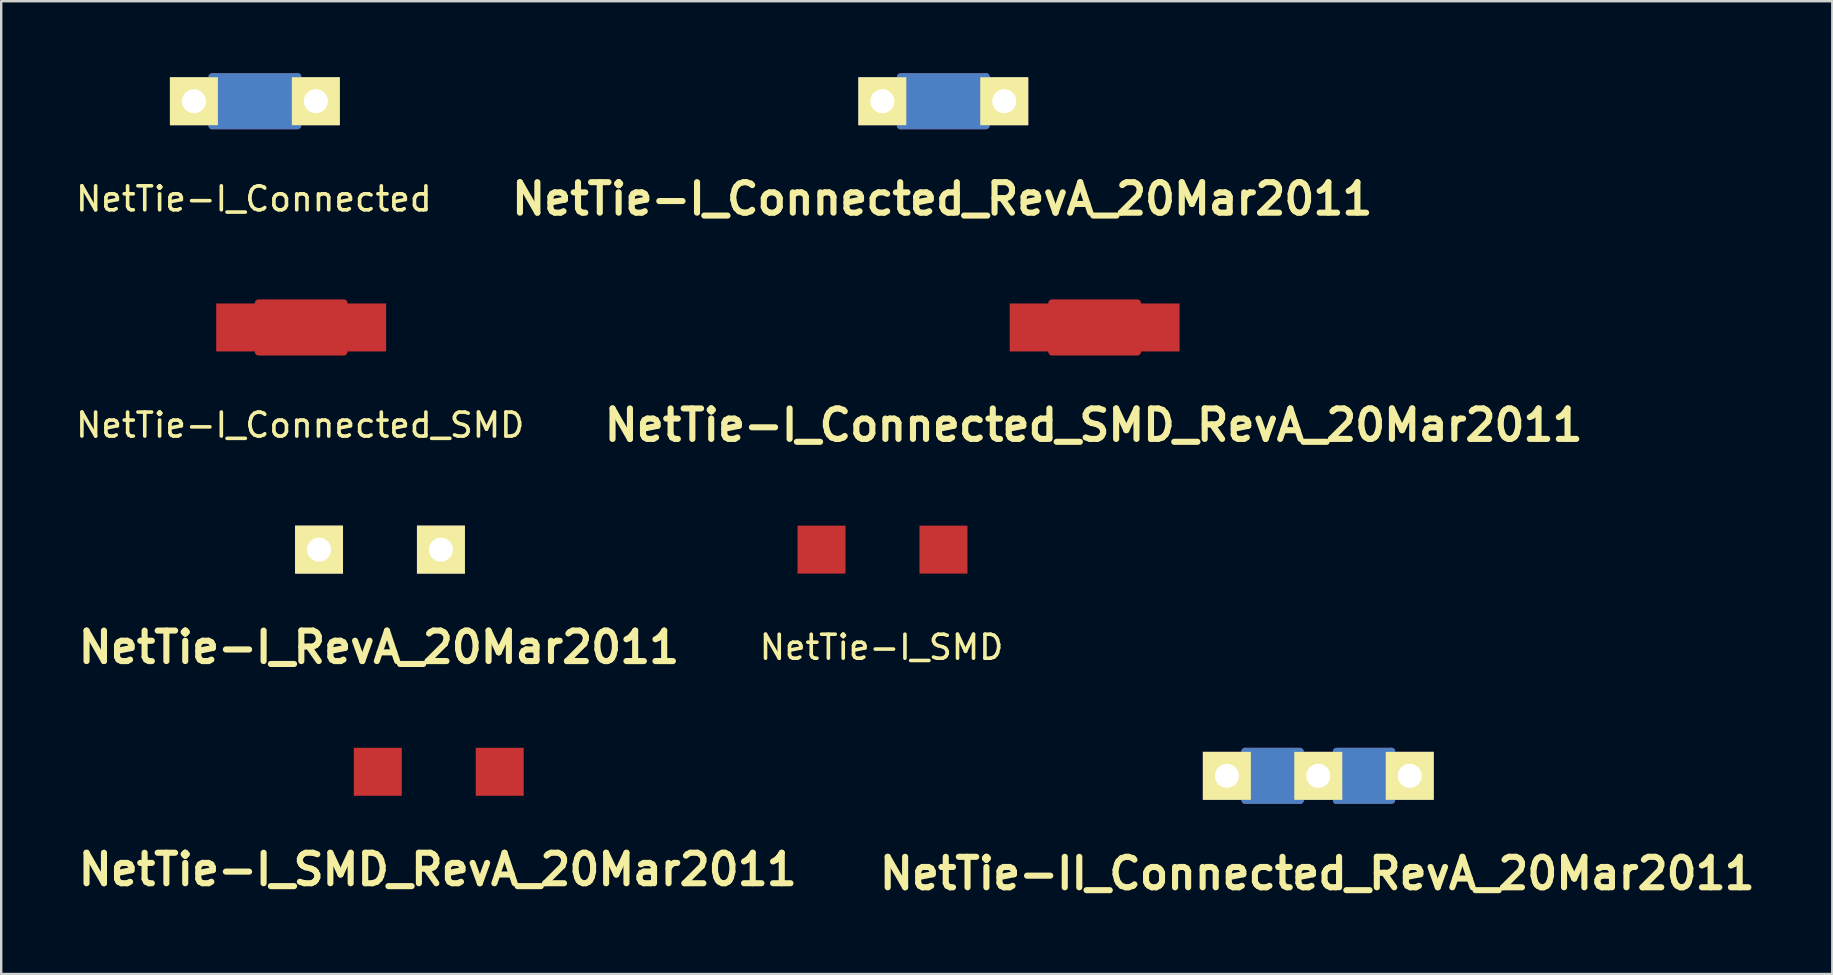
<source format=kicad_pcb>
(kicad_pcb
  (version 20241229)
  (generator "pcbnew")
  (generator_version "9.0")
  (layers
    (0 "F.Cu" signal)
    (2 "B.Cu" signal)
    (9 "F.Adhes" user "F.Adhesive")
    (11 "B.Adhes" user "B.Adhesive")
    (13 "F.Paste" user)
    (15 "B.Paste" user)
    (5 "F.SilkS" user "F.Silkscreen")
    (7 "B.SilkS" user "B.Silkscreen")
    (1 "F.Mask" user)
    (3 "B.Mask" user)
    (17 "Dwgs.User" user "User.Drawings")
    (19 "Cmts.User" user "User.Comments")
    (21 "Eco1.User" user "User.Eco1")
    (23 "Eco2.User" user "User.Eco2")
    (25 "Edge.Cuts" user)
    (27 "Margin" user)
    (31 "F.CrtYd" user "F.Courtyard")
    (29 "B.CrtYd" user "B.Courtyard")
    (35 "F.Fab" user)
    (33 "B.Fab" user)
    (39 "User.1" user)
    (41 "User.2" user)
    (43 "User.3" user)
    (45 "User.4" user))
  (footprint "NetTie-I_Connected_RevA_20Mar2011"
    (layer "F.Cu")
    (at 36.255 1.168)
    (property "Reference" "NetTie-I_Connected_RevA_20Mar2011" (at -0.041 4.069 0) (layer "F.SilkS") (effects (font (size 1.27 1.27) (thickness 0.254))))
    (attr through_hole)
    (fp_line (start -1.778 -0.762) (end 1.778 -0.762) (stroke (width 0.305) (type solid)) (layer "F.Cu"))
    (fp_line (start -1.778 -0.254) (end 1.778 -0.254) (stroke (width 0.305) (type solid)) (layer "F.Cu"))
    (fp_line (start -1.778 0.254) (end 1.778 0.254) (stroke (width 0.305) (type solid)) (layer "F.Cu"))
    (fp_line (start -1.778 0.762) (end 1.778 0.762) (stroke (width 0.305) (type solid)) (layer "F.Cu"))
    (fp_line (start 1.778 -1.016) (end -1.778 -1.016) (stroke (width 0.305) (type solid)) (layer "F.Cu"))
    (fp_line (start 1.778 -0.508) (end -1.778 -0.508) (stroke (width 0.305) (type solid)) (layer "F.Cu"))
    (fp_line (start 1.778 0) (end -1.778 0) (stroke (width 0.305) (type solid)) (layer "F.Cu"))
    (fp_line (start 1.778 0.508) (end -1.778 0.508) (stroke (width 0.305) (type solid)) (layer "F.Cu"))
    (fp_line (start 1.778 1.016) (end -1.778 1.016) (stroke (width 0.305) (type solid)) (layer "F.Cu"))
    (fp_line (start -1.778 -0.762) (end 1.778 -0.762) (stroke (width 0.305) (type solid)) (layer "B.Cu"))
    (fp_line (start -1.778 -0.508) (end -1.778 -0.762) (stroke (width 0.305) (type solid)) (layer "B.Cu"))
    (fp_line (start -1.778 -0.254) (end 1.778 -0.254) (stroke (width 0.305) (type solid)) (layer "B.Cu"))
    (fp_line (start -1.778 0) (end -1.778 -0.254) (stroke (width 0.305) (type solid)) (layer "B.Cu"))
    (fp_line (start -1.778 0.254) (end 1.778 0.254) (stroke (width 0.305) (type solid)) (layer "B.Cu"))
    (fp_line (start -1.778 0.508) (end -1.778 0.254) (stroke (width 0.305) (type solid)) (layer "B.Cu"))
    (fp_line (start -1.778 0.762) (end 1.778 0.762) (stroke (width 0.305) (type solid)) (layer "B.Cu"))
    (fp_line (start -1.778 1.016) (end -1.778 0.762) (stroke (width 0.305) (type solid)) (layer "B.Cu"))
    (fp_line (start 1.778 -1.016) (end -1.778 -1.016) (stroke (width 0.305) (type solid)) (layer "B.Cu"))
    (fp_line (start 1.778 -0.762) (end 1.778 -1.016) (stroke (width 0.305) (type solid)) (layer "B.Cu"))
    (fp_line (start 1.778 -0.508) (end -1.778 -0.508) (stroke (width 0.305) (type solid)) (layer "B.Cu"))
    (fp_line (start 1.778 -0.254) (end 1.778 -0.508) (stroke (width 0.305) (type solid)) (layer "B.Cu"))
    (fp_line (start 1.778 0) (end -1.778 0) (stroke (width 0.305) (type solid)) (layer "B.Cu"))
    (fp_line (start 1.778 0.254) (end 1.778 0) (stroke (width 0.305) (type solid)) (layer "B.Cu"))
    (fp_line (start 1.778 0.508) (end -1.778 0.508) (stroke (width 0.305) (type solid)) (layer "B.Cu"))
    (fp_line (start 1.778 0.762) (end 1.778 0.508) (stroke (width 0.305) (type solid)) (layer "B.Cu"))
    (fp_line (start 1.778 1.016) (end -1.778 1.016) (stroke (width 0.305) (type solid)) (layer "B.Cu"))
    (pad "1" thru_hole rect (at -2.54 0) (size 1.999 1.999) (drill 1.001) (layers "*.Cu" "*.Mask" "F.SilkS"))
    (pad "2" thru_hole rect (at 2.54 0) (size 1.999 1.999) (drill 1.001) (layers "*.Cu" "*.Mask" "F.SilkS")))
  (footprint "NetTie-I_Connected_SMD_RevA_20Mar2011"
    (layer "F.Cu")
    (at 42.562 10.595)
    (property "Reference" "NetTie-I_Connected_SMD_RevA_20Mar2011" (at -0.041 4.069 0) (layer "F.SilkS") (effects (font (size 1.27 1.27) (thickness 0.254))))
    (attr through_hole)
    (fp_line (start -1.778 -0.762) (end 1.778 -0.762) (stroke (width 0.305) (type solid)) (layer "F.Cu"))
    (fp_line (start -1.778 -0.254) (end 1.778 -0.254) (stroke (width 0.305) (type solid)) (layer "F.Cu"))
    (fp_line (start -1.778 0.254) (end 1.778 0.254) (stroke (width 0.305) (type solid)) (layer "F.Cu"))
    (fp_line (start -1.778 0.762) (end 1.778 0.762) (stroke (width 0.305) (type solid)) (layer "F.Cu"))
    (fp_line (start 1.778 -1.016) (end -1.778 -1.016) (stroke (width 0.305) (type solid)) (layer "F.Cu"))
    (fp_line (start 1.778 -0.508) (end -1.778 -0.508) (stroke (width 0.305) (type solid)) (layer "F.Cu"))
    (fp_line (start 1.778 0) (end -1.778 0) (stroke (width 0.305) (type solid)) (layer "F.Cu"))
    (fp_line (start 1.778 0.508) (end -1.778 0.508) (stroke (width 0.305) (type solid)) (layer "F.Cu"))
    (fp_line (start 1.778 1.016) (end -1.778 1.016) (stroke (width 0.305) (type solid)) (layer "F.Cu"))
    (pad "1" smd rect (at -2.54 0) (size 1.999 1.999) (layers "F.Cu" "F.Mask" "F.Paste"))
    (pad "2" smd rect (at 2.54 0) (size 1.999 1.999) (layers "F.Cu" "F.Mask" "F.Paste")))
  (footprint "NetTie-I_Connected"
    (layer "F.Cu")
    (at 7.57 1.168)
    (property "Reference" "NetTie-I_Connected" (at -0.041 4.069 0) (layer "F.SilkS") (effects (font (size 1 1) (thickness 0.15))))
    (attr through_hole)
    (fp_line (start -1.778 -0.762) (end 1.778 -0.762) (stroke (width 0.305) (type solid)) (layer "F.Cu"))
    (fp_line (start -1.778 -0.254) (end 1.778 -0.254) (stroke (width 0.305) (type solid)) (layer "F.Cu"))
    (fp_line (start -1.778 0.254) (end 1.778 0.254) (stroke (width 0.305) (type solid)) (layer "F.Cu"))
    (fp_line (start -1.778 0.762) (end 1.778 0.762) (stroke (width 0.305) (type solid)) (layer "F.Cu"))
    (fp_line (start 1.778 -1.016) (end -1.778 -1.016) (stroke (width 0.305) (type solid)) (layer "F.Cu"))
    (fp_line (start 1.778 -0.508) (end -1.778 -0.508) (stroke (width 0.305) (type solid)) (layer "F.Cu"))
    (fp_line (start 1.778 0) (end -1.778 0) (stroke (width 0.305) (type solid)) (layer "F.Cu"))
    (fp_line (start 1.778 0.508) (end -1.778 0.508) (stroke (width 0.305) (type solid)) (layer "F.Cu"))
    (fp_line (start 1.778 1.016) (end -1.778 1.016) (stroke (width 0.305) (type solid)) (layer "F.Cu"))
    (fp_line (start -1.778 -0.762) (end 1.778 -0.762) (stroke (width 0.305) (type solid)) (layer "B.Cu"))
    (fp_line (start -1.778 -0.508) (end -1.778 -0.762) (stroke (width 0.305) (type solid)) (layer "B.Cu"))
    (fp_line (start -1.778 -0.254) (end 1.778 -0.254) (stroke (width 0.305) (type solid)) (layer "B.Cu"))
    (fp_line (start -1.778 0) (end -1.778 -0.254) (stroke (width 0.305) (type solid)) (layer "B.Cu"))
    (fp_line (start -1.778 0.254) (end 1.778 0.254) (stroke (width 0.305) (type solid)) (layer "B.Cu"))
    (fp_line (start -1.778 0.508) (end -1.778 0.254) (stroke (width 0.305) (type solid)) (layer "B.Cu"))
    (fp_line (start -1.778 0.762) (end 1.778 0.762) (stroke (width 0.305) (type solid)) (layer "B.Cu"))
    (fp_line (start -1.778 1.016) (end -1.778 0.762) (stroke (width 0.305) (type solid)) (layer "B.Cu"))
    (fp_line (start 1.778 -1.016) (end -1.778 -1.016) (stroke (width 0.305) (type solid)) (layer "B.Cu"))
    (fp_line (start 1.778 -0.762) (end 1.778 -1.016) (stroke (width 0.305) (type solid)) (layer "B.Cu"))
    (fp_line (start 1.778 -0.508) (end -1.778 -0.508) (stroke (width 0.305) (type solid)) (layer "B.Cu"))
    (fp_line (start 1.778 -0.254) (end 1.778 -0.508) (stroke (width 0.305) (type solid)) (layer "B.Cu"))
    (fp_line (start 1.778 0) (end -1.778 0) (stroke (width 0.305) (type solid)) (layer "B.Cu"))
    (fp_line (start 1.778 0.254) (end 1.778 0) (stroke (width 0.305) (type solid)) (layer "B.Cu"))
    (fp_line (start 1.778 0.508) (end -1.778 0.508) (stroke (width 0.305) (type solid)) (layer "B.Cu"))
    (fp_line (start 1.778 0.762) (end 1.778 0.508) (stroke (width 0.305) (type solid)) (layer "B.Cu"))
    (fp_line (start 1.778 1.016) (end -1.778 1.016) (stroke (width 0.305) (type solid)) (layer "B.Cu"))
    (pad "1" thru_hole rect (at -2.54 0) (size 1.999 1.999) (drill 1.001) (layers "*.Cu" "*.Mask" "F.SilkS"))
    (pad "2" thru_hole rect (at 2.54 0) (size 1.999 1.999) (drill 1.001) (layers "*.Cu" "*.Mask" "F.SilkS")))
  (footprint "NetTie-II_Connected_RevA_20Mar2011"
    (layer "F.Cu")
    (at 51.881 29.278)
    (property "Reference" "NetTie-II_Connected_RevA_20Mar2011" (at -0.041 4.069 0) (layer "F.SilkS") (effects (font (size 1.27 1.27) (thickness 0.254))))
    (attr through_hole)
    (fp_line (start -3.048 -1.016) (end -0.762 -1.016) (stroke (width 0.305) (type solid)) (layer "F.Cu"))
    (fp_line (start -3.048 -0.762) (end -3.048 -1.016) (stroke (width 0.305) (type solid)) (layer "F.Cu"))
    (fp_line (start -3.048 -0.508) (end -0.762 -0.508) (stroke (width 0.305) (type solid)) (layer "F.Cu"))
    (fp_line (start -3.048 -0.254) (end -3.048 -0.508) (stroke (width 0.305) (type solid)) (layer "F.Cu"))
    (fp_line (start -3.048 0) (end -0.762 0) (stroke (width 0.305) (type solid)) (layer "F.Cu"))
    (fp_line (start -3.048 0.254) (end -3.048 0) (stroke (width 0.305) (type solid)) (layer "F.Cu"))
    (fp_line (start -3.048 0.508) (end -0.762 0.508) (stroke (width 0.305) (type solid)) (layer "F.Cu"))
    (fp_line (start -3.048 0.762) (end -3.048 0.508) (stroke (width 0.305) (type solid)) (layer "F.Cu"))
    (fp_line (start -3.048 1.016) (end -0.762 1.016) (stroke (width 0.305) (type solid)) (layer "F.Cu"))
    (fp_line (start -0.762 -0.762) (end -3.048 -0.762) (stroke (width 0.305) (type solid)) (layer "F.Cu"))
    (fp_line (start -0.762 -0.508) (end -0.762 -0.762) (stroke (width 0.305) (type solid)) (layer "F.Cu"))
    (fp_line (start -0.762 -0.254) (end -3.048 -0.254) (stroke (width 0.305) (type solid)) (layer "F.Cu"))
    (fp_line (start -0.762 0) (end -0.762 -0.254) (stroke (width 0.305) (type solid)) (layer "F.Cu"))
    (fp_line (start -0.762 0.254) (end -3.048 0.254) (stroke (width 0.305) (type solid)) (layer "F.Cu"))
    (fp_line (start -0.762 0.508) (end -0.762 0.254) (stroke (width 0.305) (type solid)) (layer "F.Cu"))
    (fp_line (start -0.762 0.762) (end -3.048 0.762) (stroke (width 0.305) (type solid)) (layer "F.Cu"))
    (fp_line (start -0.762 1.016) (end -0.762 0.762) (stroke (width 0.305) (type solid)) (layer "F.Cu"))
    (fp_line (start 0.762 -1.016) (end 3.048 -1.016) (stroke (width 0.305) (type solid)) (layer "F.Cu"))
    (fp_line (start 0.762 -0.762) (end 0.762 -0.508) (stroke (width 0.305) (type solid)) (layer "F.Cu"))
    (fp_line (start 0.762 -0.508) (end 3.048 -0.508) (stroke (width 0.305) (type solid)) (layer "F.Cu"))
    (fp_line (start 0.762 -0.254) (end 0.762 0) (stroke (width 0.305) (type solid)) (layer "F.Cu"))
    (fp_line (start 0.762 0) (end 3.048 0) (stroke (width 0.305) (type solid)) (layer "F.Cu"))
    (fp_line (start 0.762 0.254) (end 0.762 0.508) (stroke (width 0.305) (type solid)) (layer "F.Cu"))
    (fp_line (start 0.762 0.508) (end 3.048 0.508) (stroke (width 0.305) (type solid)) (layer "F.Cu"))
    (fp_line (start 0.762 0.762) (end 0.762 1.016) (stroke (width 0.305) (type solid)) (layer "F.Cu"))
    (fp_line (start 0.762 1.016) (end 3.048 1.016) (stroke (width 0.305) (type solid)) (layer "F.Cu"))
    (fp_line (start 3.048 -1.016) (end 3.048 -0.762) (stroke (width 0.305) (type solid)) (layer "F.Cu"))
    (fp_line (start 3.048 -0.762) (end 0.762 -0.762) (stroke (width 0.305) (type solid)) (layer "F.Cu"))
    (fp_line (start 3.048 -0.508) (end 3.048 -0.254) (stroke (width 0.305) (type solid)) (layer "F.Cu"))
    (fp_line (start 3.048 -0.254) (end 0.762 -0.254) (stroke (width 0.305) (type solid)) (layer "F.Cu"))
    (fp_line (start 3.048 0) (end 3.048 0.254) (stroke (width 0.305) (type solid)) (layer "F.Cu"))
    (fp_line (start 3.048 0.254) (end 0.762 0.254) (stroke (width 0.305) (type solid)) (layer "F.Cu"))
    (fp_line (start 3.048 0.508) (end 3.048 0.762) (stroke (width 0.305) (type solid)) (layer "F.Cu"))
    (fp_line (start 3.048 0.762) (end 0.762 0.762) (stroke (width 0.305) (type solid)) (layer "F.Cu"))
    (fp_line (start -3.048 -1.016) (end -0.762 -1.016) (stroke (width 0.305) (type solid)) (layer "B.Cu"))
    (fp_line (start -3.048 -0.762) (end -3.048 -1.016) (stroke (width 0.305) (type solid)) (layer "B.Cu"))
    (fp_line (start -3.048 -0.508) (end -0.762 -0.508) (stroke (width 0.305) (type solid)) (layer "B.Cu"))
    (fp_line (start -3.048 -0.254) (end -3.048 -0.508) (stroke (width 0.305) (type solid)) (layer "B.Cu"))
    (fp_line (start -3.048 0) (end -0.762 0) (stroke (width 0.305) (type solid)) (layer "B.Cu"))
    (fp_line (start -3.048 0.254) (end -3.048 0) (stroke (width 0.305) (type solid)) (layer "B.Cu"))
    (fp_line (start -3.048 0.508) (end -0.762 0.508) (stroke (width 0.305) (type solid)) (layer "B.Cu"))
    (fp_line (start -3.048 0.762) (end -3.048 0.508) (stroke (width 0.305) (type solid)) (layer "B.Cu"))
    (fp_line (start -3.048 1.016) (end -0.762 1.016) (stroke (width 0.305) (type solid)) (layer "B.Cu"))
    (fp_line (start -0.762 -0.762) (end -3.048 -0.762) (stroke (width 0.305) (type solid)) (layer "B.Cu"))
    (fp_line (start -0.762 -0.508) (end -0.762 -0.762) (stroke (width 0.305) (type solid)) (layer "B.Cu"))
    (fp_line (start -0.762 -0.254) (end -3.048 -0.254) (stroke (width 0.305) (type solid)) (layer "B.Cu"))
    (fp_line (start -0.762 0) (end -0.762 -0.254) (stroke (width 0.305) (type solid)) (layer "B.Cu"))
    (fp_line (start -0.762 0.254) (end -3.048 0.254) (stroke (width 0.305) (type solid)) (layer "B.Cu"))
    (fp_line (start -0.762 0.508) (end -0.762 0.254) (stroke (width 0.305) (type solid)) (layer "B.Cu"))
    (fp_line (start -0.762 0.762) (end -3.048 0.762) (stroke (width 0.305) (type solid)) (layer "B.Cu"))
    (fp_line (start -0.762 1.016) (end -0.762 0.762) (stroke (width 0.305) (type solid)) (layer "B.Cu"))
    (fp_line (start 0.762 -1.016) (end 3.048 -1.016) (stroke (width 0.305) (type solid)) (layer "B.Cu"))
    (fp_line (start 0.762 -0.762) (end 0.762 -0.508) (stroke (width 0.305) (type solid)) (layer "B.Cu"))
    (fp_line (start 0.762 -0.508) (end 3.048 -0.508) (stroke (width 0.305) (type solid)) (layer "B.Cu"))
    (fp_line (start 0.762 -0.254) (end 0.762 0) (stroke (width 0.305) (type solid)) (layer "B.Cu"))
    (fp_line (start 0.762 0) (end 3.048 0) (stroke (width 0.305) (type solid)) (layer "B.Cu"))
    (fp_line (start 0.762 0.254) (end 0.762 0.508) (stroke (width 0.305) (type solid)) (layer "B.Cu"))
    (fp_line (start 0.762 0.508) (end 3.048 0.508) (stroke (width 0.305) (type solid)) (layer "B.Cu"))
    (fp_line (start 0.762 0.762) (end 0.762 1.016) (stroke (width 0.305) (type solid)) (layer "B.Cu"))
    (fp_line (start 0.762 1.016) (end 3.048 1.016) (stroke (width 0.305) (type solid)) (layer "B.Cu"))
    (fp_line (start 3.048 -1.016) (end 3.048 -0.762) (stroke (width 0.305) (type solid)) (layer "B.Cu"))
    (fp_line (start 3.048 -0.762) (end 0.762 -0.762) (stroke (width 0.305) (type solid)) (layer "B.Cu"))
    (fp_line (start 3.048 -0.508) (end 3.048 -0.254) (stroke (width 0.305) (type solid)) (layer "B.Cu"))
    (fp_line (start 3.048 -0.254) (end 0.762 -0.254) (stroke (width 0.305) (type solid)) (layer "B.Cu"))
    (fp_line (start 3.048 0) (end 3.048 0.254) (stroke (width 0.305) (type solid)) (layer "B.Cu"))
    (fp_line (start 3.048 0.254) (end 0.762 0.254) (stroke (width 0.305) (type solid)) (layer "B.Cu"))
    (fp_line (start 3.048 0.508) (end 3.048 0.762) (stroke (width 0.305) (type solid)) (layer "B.Cu"))
    (fp_line (start 3.048 0.762) (end 0.762 0.762) (stroke (width 0.305) (type solid)) (layer "B.Cu"))
    (pad "1" thru_hole rect (at -3.81 0) (size 1.999 1.999) (drill 1.001) (layers "*.Cu" "*.Mask" "F.SilkS"))
    (pad "2" thru_hole rect (at 0 0) (size 1.999 1.999) (drill 1.001) (layers "*.Cu" "*.Mask" "F.SilkS"))
    (pad "3" thru_hole rect (at 3.81 0) (size 1.999 1.999) (drill 1.001) (layers "*.Cu" "*.Mask" "F.SilkS")))
  (footprint "NetTie-I_RevA_20Mar2011"
    (layer "F.Cu")
    (at 12.783 19.852)
    (property "Reference" "NetTie-I_RevA_20Mar2011" (at -0.041 4.069 0) (layer "F.SilkS") (effects (font (size 1.27 1.27) (thickness 0.254))))
    (attr through_hole)
    (pad "1" thru_hole rect (at -2.54 0) (size 1.999 1.999) (drill 1.001) (layers "*.Cu" "*.Mask" "F.SilkS"))
    (pad "2" thru_hole rect (at 2.54 0) (size 1.999 1.999) (drill 1.001) (layers "*.Cu" "*.Mask" "F.SilkS")))
  (footprint "NetTie-I_SMD"
    (layer "F.Cu")
    (at 33.722 19.852)
    (property "Reference" "NetTie-I_SMD" (at -0.041 4.069 0) (layer "F.SilkS") (effects (font (size 1 1) (thickness 0.15))))
    (attr through_hole)
    (pad "1" smd rect (at -2.54 0) (size 1.999 1.999) (layers "F.Cu" "F.Mask" "F.Paste"))
    (pad "2" smd rect (at 2.54 0) (size 1.999 1.999) (layers "F.Cu" "F.Mask" "F.Paste")))
  (footprint "NetTie-I_Connected_SMD"
    (layer "F.Cu")
    (at 9.499 10.595)
    (property "Reference" "NetTie-I_Connected_SMD" (at -0.041 4.069 0) (layer "F.SilkS") (effects (font (size 1 1) (thickness 0.15))))
    (attr through_hole)
    (fp_line (start -1.778 -0.762) (end 1.778 -0.762) (stroke (width 0.305) (type solid)) (layer "F.Cu"))
    (fp_line (start -1.778 -0.254) (end 1.778 -0.254) (stroke (width 0.305) (type solid)) (layer "F.Cu"))
    (fp_line (start -1.778 0.254) (end 1.778 0.254) (stroke (width 0.305) (type solid)) (layer "F.Cu"))
    (fp_line (start -1.778 0.762) (end 1.778 0.762) (stroke (width 0.305) (type solid)) (layer "F.Cu"))
    (fp_line (start 1.778 -1.016) (end -1.778 -1.016) (stroke (width 0.305) (type solid)) (layer "F.Cu"))
    (fp_line (start 1.778 -0.508) (end -1.778 -0.508) (stroke (width 0.305) (type solid)) (layer "F.Cu"))
    (fp_line (start 1.778 0) (end -1.778 0) (stroke (width 0.305) (type solid)) (layer "F.Cu"))
    (fp_line (start 1.778 0.508) (end -1.778 0.508) (stroke (width 0.305) (type solid)) (layer "F.Cu"))
    (fp_line (start 1.778 1.016) (end -1.778 1.016) (stroke (width 0.305) (type solid)) (layer "F.Cu"))
    (pad "1" smd rect (at -2.54 0) (size 1.999 1.999) (layers "F.Cu" "F.Mask" "F.Paste"))
    (pad "2" smd rect (at 2.54 0) (size 1.999 1.999) (layers "F.Cu" "F.Mask" "F.Paste")))
  (footprint "NetTie-I_SMD_RevA_20Mar2011"
    (layer "F.Cu")
    (at 15.232 29.109)
    (property "Reference" "NetTie-I_SMD_RevA_20Mar2011" (at -0.041 4.069 0) (layer "F.SilkS") (effects (font (size 1.27 1.27) (thickness 0.254))))
    (attr through_hole)
    (pad "1" smd rect (at -2.54 0) (size 1.999 1.999) (layers "F.Cu" "F.Mask" "F.Paste"))
    (pad "2" smd rect (at 2.54 0) (size 1.999 1.999) (layers "F.Cu" "F.Mask" "F.Paste")))
  (gr_rect
    (start -3 -3)
    (end 73.298 37.536)
    (stroke (width 0.1) (type default))
    (fill no)
    (layer "Edge.Cuts")))
</source>
